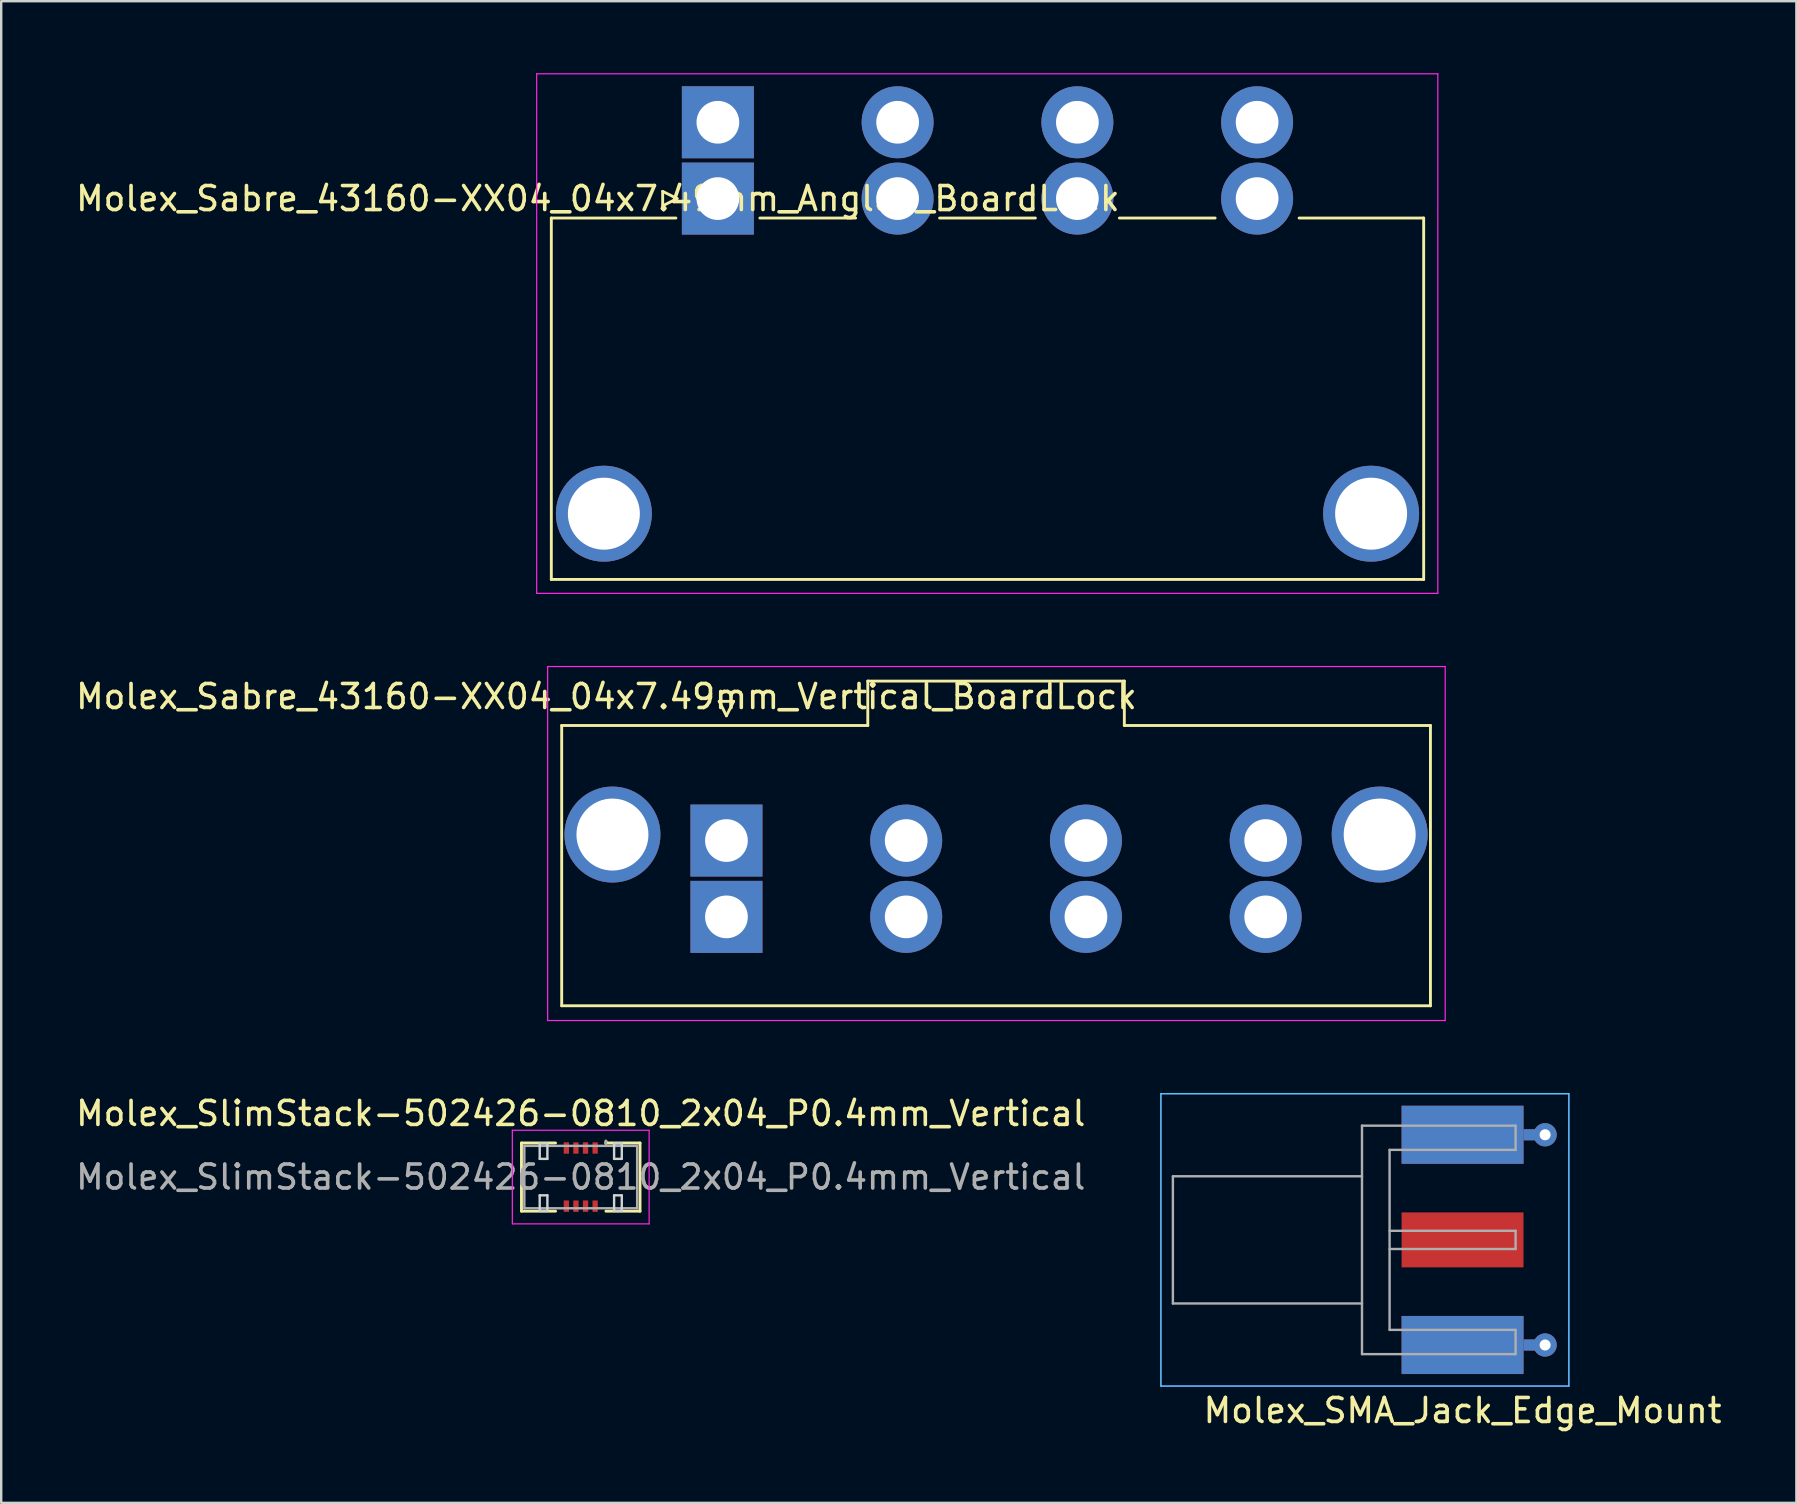
<source format=kicad_pcb>
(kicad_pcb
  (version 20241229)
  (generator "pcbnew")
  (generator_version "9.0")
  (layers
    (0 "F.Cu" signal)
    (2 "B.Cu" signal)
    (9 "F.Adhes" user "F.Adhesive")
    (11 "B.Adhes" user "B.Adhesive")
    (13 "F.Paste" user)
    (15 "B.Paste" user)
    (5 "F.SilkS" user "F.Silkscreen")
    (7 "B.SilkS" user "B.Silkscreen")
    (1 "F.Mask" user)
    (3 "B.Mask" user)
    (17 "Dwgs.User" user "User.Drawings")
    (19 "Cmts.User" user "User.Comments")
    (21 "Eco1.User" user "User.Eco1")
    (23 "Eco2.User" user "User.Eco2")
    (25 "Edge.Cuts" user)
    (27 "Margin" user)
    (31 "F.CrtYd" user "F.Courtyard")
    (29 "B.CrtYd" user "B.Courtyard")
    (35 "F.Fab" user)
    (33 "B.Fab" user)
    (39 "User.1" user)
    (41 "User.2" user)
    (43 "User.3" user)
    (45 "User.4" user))
  (footprint "Molex_SlimStack-502426-0810_2x04_P0.4mm_Vertical"
    (layer "F.Cu")
    (at 21.149 45.998)
    (property "Reference" "Molex_SlimStack-502426-0810_2x04_P0.4mm_Vertical" (at 0 -2.65 0) (layer "F.SilkS") (effects (font (size 1 1) (thickness 0.15))))
    (attr smd)
    (fp_line (start -2.47 -1.42) (end -1.05 -1.42) (stroke (width 0.12) (type solid)) (layer "F.SilkS"))
    (fp_line (start -2.47 1.42) (end -2.47 -1.42) (stroke (width 0.12) (type solid)) (layer "F.SilkS"))
    (fp_line (start -1.05 1.42) (end -2.47 1.42) (stroke (width 0.12) (type solid)) (layer "F.SilkS"))
    (fp_line (start 1.05 -1.42) (end 1.05 -1.5) (stroke (width 0.12) (type solid)) (layer "F.SilkS"))
    (fp_line (start 1.05 1.42) (end 2.47 1.42) (stroke (width 0.12) (type solid)) (layer "F.SilkS"))
    (fp_line (start 2.47 -1.42) (end 1.05 -1.42) (stroke (width 0.12) (type solid)) (layer "F.SilkS"))
    (fp_line (start 2.47 1.42) (end 2.47 -1.42) (stroke (width 0.12) (type solid)) (layer "F.SilkS"))
    (fp_line (start -1.71 -1.41) (end -1.71 -0.76) (stroke (width 0.1) (type solid)) (layer "Edge.Cuts"))
    (fp_line (start -1.71 -0.76) (end -1.39 -0.76) (stroke (width 0.1) (type solid)) (layer "Edge.Cuts"))
    (fp_line (start -1.71 0.76) (end -1.71 1.41) (stroke (width 0.1) (type solid)) (layer "Edge.Cuts"))
    (fp_line (start -1.71 1.41) (end -1.39 1.41) (stroke (width 0.1) (type solid)) (layer "Edge.Cuts"))
    (fp_line (start -1.39 -1.41) (end -1.71 -1.41) (stroke (width 0.1) (type solid)) (layer "Edge.Cuts"))
    (fp_line (start -1.39 -0.76) (end -1.39 -1.41) (stroke (width 0.1) (type solid)) (layer "Edge.Cuts"))
    (fp_line (start -1.39 0.76) (end -1.71 0.76) (stroke (width 0.1) (type solid)) (layer "Edge.Cuts"))
    (fp_line (start -1.39 1.41) (end -1.39 0.76) (stroke (width 0.1) (type solid)) (layer "Edge.Cuts"))
    (fp_line (start 1.39 -1.41) (end 1.39 -0.76) (stroke (width 0.1) (type solid)) (layer "Edge.Cuts"))
    (fp_line (start 1.39 -0.76) (end 1.71 -0.76) (stroke (width 0.1) (type solid)) (layer "Edge.Cuts"))
    (fp_line (start 1.39 0.76) (end 1.39 1.41) (stroke (width 0.1) (type solid)) (layer "Edge.Cuts"))
    (fp_line (start 1.39 1.41) (end 1.71 1.41) (stroke (width 0.1) (type solid)) (layer "Edge.Cuts"))
    (fp_line (start 1.71 -1.41) (end 1.39 -1.41) (stroke (width 0.1) (type solid)) (layer "Edge.Cuts"))
    (fp_line (start 1.71 -0.76) (end 1.71 -1.41) (stroke (width 0.1) (type solid)) (layer "Edge.Cuts"))
    (fp_line (start 1.71 0.76) (end 1.39 0.76) (stroke (width 0.1) (type solid)) (layer "Edge.Cuts"))
    (fp_line (start 1.71 1.41) (end 1.71 0.76) (stroke (width 0.1) (type solid)) (layer "Edge.Cuts"))
    (fp_line (start -2.85 -1.95) (end -2.85 1.95) (stroke (width 0.05) (type solid)) (layer "F.CrtYd"))
    (fp_line (start -2.85 1.95) (end 2.85 1.95) (stroke (width 0.05) (type solid)) (layer "F.CrtYd"))
    (fp_line (start 2.85 -1.95) (end -2.85 -1.95) (stroke (width 0.05) (type solid)) (layer "F.CrtYd"))
    (fp_line (start 2.85 1.95) (end 2.85 -1.95) (stroke (width 0.05) (type solid)) (layer "F.CrtYd"))
    (fp_line (start -2.35 -1.3) (end -2.35 1.3) (stroke (width 0.1) (type solid)) (layer "F.Fab"))
    (fp_line (start -2.35 1.3) (end 2.35 1.3) (stroke (width 0.1) (type solid)) (layer "F.Fab"))
    (fp_line (start 1.05 -1.3) (end 1.05 -1.5) (stroke (width 0.1) (type solid)) (layer "F.Fab"))
    (fp_line (start 2.35 -1.3) (end -2.35 -1.3) (stroke (width 0.1) (type solid)) (layer "F.Fab"))
    (fp_line (start 2.35 1.3) (end 2.35 -1.3) (stroke (width 0.1) (type solid)) (layer "F.Fab"))
    (fp_text user "${REFERENCE}" (at 0 0 0) (layer "F.Fab") (effects (font (size 1 1) (thickness 0.15))))
    (pad "1" smd rect (at 0.6 -1.212) (size 0.22 0.475) (layers "F.Cu" "F.Mask" "F.Paste"))
    (pad "2" smd rect (at 0.6 1.212) (size 0.22 0.475) (layers "F.Cu" "F.Mask" "F.Paste"))
    (pad "3" smd rect (at 0.2 -1.212) (size 0.22 0.475) (layers "F.Cu" "F.Mask" "F.Paste"))
    (pad "4" smd rect (at 0.2 1.212) (size 0.22 0.475) (layers "F.Cu" "F.Mask" "F.Paste"))
    (pad "5" smd rect (at -0.2 -1.212) (size 0.22 0.475) (layers "F.Cu" "F.Mask" "F.Paste"))
    (pad "6" smd rect (at -0.2 1.212) (size 0.22 0.475) (layers "F.Cu" "F.Mask" "F.Paste"))
    (pad "7" smd rect (at -0.6 -1.212) (size 0.22 0.475) (layers "F.Cu" "F.Mask" "F.Paste"))
    (pad "8" smd rect (at -0.6 1.212) (size 0.22 0.475) (layers "F.Cu" "F.Mask" "F.Paste")))
  (footprint "Molex_Sabre_43160-XX04_04x7.49mm_Angled_BoardLock"
    (layer "F.Cu")
    (at 26.863 5.225)
    (property "Reference" "Molex_Sabre_43160-XX04_04x7.49mm_Angled_BoardLock" (at -5 0 0) (layer "F.SilkS") (effects (font (size 1 1) (thickness 0.15))))
    (attr through_hole)
    (fp_line (start -6.94 0.81) (end -6.94 15.87) (stroke (width 0.12) (type solid)) (layer "F.SilkS"))
    (fp_line (start -6.94 0.81) (end -1.75 0.81) (stroke (width 0.12) (type solid)) (layer "F.SilkS"))
    (fp_line (start -6.94 15.87) (end 29.41 15.87) (stroke (width 0.12) (type solid)) (layer "F.SilkS"))
    (fp_line (start -2.3 -0.3) (end -1.7 0) (stroke (width 0.12) (type solid)) (layer "F.SilkS"))
    (fp_line (start -2.3 0.3) (end -2.3 -0.3) (stroke (width 0.12) (type solid)) (layer "F.SilkS"))
    (fp_line (start -1.7 0) (end -2.3 0.3) (stroke (width 0.12) (type solid)) (layer "F.SilkS"))
    (fp_line (start 1.75 0.81) (end 5.74 0.81) (stroke (width 0.12) (type solid)) (layer "F.SilkS"))
    (fp_line (start 9.24 0.81) (end 13.23 0.81) (stroke (width 0.12) (type solid)) (layer "F.SilkS"))
    (fp_line (start 16.73 0.81) (end 20.72 0.81) (stroke (width 0.12) (type solid)) (layer "F.SilkS"))
    (fp_line (start 24.22 0.81) (end 29.41 0.81) (stroke (width 0.12) (type solid)) (layer "F.SilkS"))
    (fp_line (start 29.41 15.87) (end 29.41 0.81) (stroke (width 0.12) (type solid)) (layer "F.SilkS"))
    (fp_line (start -7.55 -5.2) (end -7.55 16.45) (stroke (width 0.05) (type solid)) (layer "F.CrtYd"))
    (fp_line (start -7.55 16.45) (end 30 16.45) (stroke (width 0.05) (type solid)) (layer "F.CrtYd"))
    (fp_line (start 30 -5.2) (end -7.55 -5.2) (stroke (width 0.05) (type solid)) (layer "F.CrtYd"))
    (fp_line (start 30 16.45) (end 30 -5.2) (stroke (width 0.05) (type solid)) (layer "F.CrtYd"))
    (pad "" thru_hole circle (at -4.75 13.13) (size 4 4) (drill 3) (layers "*.Cu" "*.Mask"))
    (pad "" thru_hole circle (at 27.22 13.13) (size 4 4) (drill 3) (layers "*.Cu" "*.Mask"))
    (pad "1" thru_hole rect (at 0 -3.18) (size 3 3) (drill 1.78) (layers "*.Cu" "*.Mask"))
    (pad "1" thru_hole rect (at 0 0) (size 3 3) (drill 1.78) (layers "*.Cu" "*.Mask"))
    (pad "2" thru_hole circle (at 7.49 -3.18) (size 3 3) (drill 1.78) (layers "*.Cu" "*.Mask"))
    (pad "2" thru_hole circle (at 7.49 0) (size 3 3) (drill 1.78) (layers "*.Cu" "*.Mask"))
    (pad "3" thru_hole circle (at 14.98 -3.18) (size 3 3) (drill 1.78) (layers "*.Cu" "*.Mask"))
    (pad "3" thru_hole circle (at 14.98 0) (size 3 3) (drill 1.78) (layers "*.Cu" "*.Mask"))
    (pad "4" thru_hole circle (at 22.47 -3.18) (size 3 3) (drill 1.78) (layers "*.Cu" "*.Mask"))
    (pad "4" thru_hole circle (at 22.47 0) (size 3 3) (drill 1.78) (layers "*.Cu" "*.Mask")))
  (footprint "Molex_SMA_Jack_Edge_Mount"
    (layer "F.Cu")
    (at 59.613 48.615)
    (property "Reference" "Molex_SMA_Jack_Edge_Mount" (at -1.72 7.11 0) (layer "F.SilkS") (effects (font (size 1 1) (thickness 0.15))))
    (attr smd)
    (fp_line (start -14.29 -6.09) (end -14.29 6.09) (stroke (width 0.05) (type solid)) (layer "B.CrtYd"))
    (fp_line (start -14.29 -6.09) (end 2.71 -6.09) (stroke (width 0.05) (type solid)) (layer "B.CrtYd"))
    (fp_line (start -14.29 6.09) (end 2.71 6.09) (stroke (width 0.05) (type solid)) (layer "B.CrtYd"))
    (fp_line (start 2.71 -6.09) (end 2.71 6.09) (stroke (width 0.05) (type solid)) (layer "B.CrtYd"))
    (fp_line (start -14.29 -6.09) (end -14.29 6.09) (stroke (width 0.05) (type solid)) (layer "F.CrtYd"))
    (fp_line (start -14.29 6.09) (end 2.71 6.09) (stroke (width 0.05) (type solid)) (layer "F.CrtYd"))
    (fp_line (start 2.71 -6.09) (end -14.29 -6.09) (stroke (width 0.05) (type solid)) (layer "F.CrtYd"))
    (fp_line (start 2.71 -6.09) (end 2.71 6.09) (stroke (width 0.05) (type solid)) (layer "F.CrtYd"))
    (fp_line (start -13.79 -2.65) (end -13.79 2.65) (stroke (width 0.1) (type solid)) (layer "F.Fab"))
    (fp_line (start -13.79 -2.65) (end -5.91 -2.65) (stroke (width 0.1) (type solid)) (layer "F.Fab"))
    (fp_line (start -13.79 2.65) (end -5.91 2.65) (stroke (width 0.1) (type solid)) (layer "F.Fab"))
    (fp_line (start -5.91 -4.76) (end -5.91 4.76) (stroke (width 0.1) (type solid)) (layer "F.Fab"))
    (fp_line (start -5.91 4.76) (end 0.49 4.76) (stroke (width 0.1) (type solid)) (layer "F.Fab"))
    (fp_line (start -4.76 -3.75) (end -4.76 3.75) (stroke (width 0.1) (type solid)) (layer "F.Fab"))
    (fp_line (start -4.76 -3.75) (end 0.49 -3.75) (stroke (width 0.1) (type solid)) (layer "F.Fab"))
    (fp_line (start -4.76 -0.38) (end 0.49 -0.38) (stroke (width 0.1) (type solid)) (layer "F.Fab"))
    (fp_line (start -4.76 0.38) (end 0.49 0.38) (stroke (width 0.1) (type solid)) (layer "F.Fab"))
    (fp_line (start -4.76 3.75) (end 0.49 3.75) (stroke (width 0.1) (type solid)) (layer "F.Fab"))
    (fp_line (start 0.49 -4.76) (end -5.91 -4.76) (stroke (width 0.1) (type solid)) (layer "F.Fab"))
    (fp_line (start 0.49 -4.76) (end 0.49 -3.75) (stroke (width 0.1) (type solid)) (layer "F.Fab"))
    (fp_line (start 0.49 -0.38) (end 0.49 0.38) (stroke (width 0.1) (type solid)) (layer "F.Fab"))
    (fp_line (start 0.49 3.75) (end 0.49 4.76) (stroke (width 0.1) (type solid)) (layer "F.Fab"))
    (pad "1" smd rect (at -1.72 0) (size 5.08 2.29) (layers "F.Cu" "F.Mask" "F.Paste"))
    (pad "2" smd rect (at -1.72 -4.38) (size 5.08 2.42) (layers "F.Cu" "F.Mask" "F.Paste"))
    (pad "2" smd rect (at -1.72 -4.38) (size 5.08 2.42) (layers "B.Cu" "B.Mask" "B.Paste"))
    (pad "2" smd rect (at -1.72 4.38) (size 5.08 2.42) (layers "F.Cu" "F.Mask" "F.Paste"))
    (pad "2" smd rect (at -1.72 4.38) (size 5.08 2.42) (layers "B.Cu" "B.Mask" "B.Paste"))
    (pad "2" smd rect (at 1.27 -4.38) (size 0.89 0.46) (layers "F.Cu"))
    (pad "2" smd rect (at 1.27 -4.38) (size 0.89 0.46) (layers "B.Cu"))
    (pad "2" smd rect (at 1.27 4.38) (size 0.89 0.46) (layers "F.Cu"))
    (pad "2" smd rect (at 1.27 4.38) (size 0.89 0.46) (layers "B.Cu"))
    (pad "2" thru_hole circle (at 1.72 -4.38) (size 0.97 0.97) (drill 0.46) (layers "*.Cu"))
    (pad "2" thru_hole circle (at 1.72 4.38) (size 0.97 0.97) (drill 0.46) (layers "*.Cu")))
  (footprint "Molex_Sabre_43160-XX04_04x7.49mm_Vertical_BoardLock"
    (layer "F.Cu")
    (at 27.22 31.975)
    (property "Reference" "Molex_Sabre_43160-XX04_04x7.49mm_Vertical_BoardLock" (at -5 -6 0) (layer "F.SilkS") (effects (font (size 1 1) (thickness 0.15))))
    (attr through_hole)
    (fp_line (start -6.865 -4.795) (end 5.89 -4.795) (stroke (width 0.12) (type solid)) (layer "F.SilkS"))
    (fp_line (start -6.865 6.885) (end -6.865 -4.795) (stroke (width 0.12) (type solid)) (layer "F.SilkS"))
    (fp_line (start -0.3 -5.8) (end 0 -5.2) (stroke (width 0.12) (type solid)) (layer "F.SilkS"))
    (fp_line (start 0 -5.2) (end 0.3 -5.8) (stroke (width 0.12) (type solid)) (layer "F.SilkS"))
    (fp_line (start 0.3 -5.8) (end -0.3 -5.8) (stroke (width 0.12) (type solid)) (layer "F.SilkS"))
    (fp_line (start 5.89 -6.645) (end 16.58 -6.645) (stroke (width 0.12) (type solid)) (layer "F.SilkS"))
    (fp_line (start 5.89 -4.795) (end 5.89 -6.645) (stroke (width 0.12) (type solid)) (layer "F.SilkS"))
    (fp_line (start 16.58 -6.645) (end 16.58 -4.795) (stroke (width 0.12) (type solid)) (layer "F.SilkS"))
    (fp_line (start 16.58 -4.795) (end 29.335 -4.795) (stroke (width 0.12) (type solid)) (layer "F.SilkS"))
    (fp_line (start 29.335 -4.795) (end 29.335 6.885) (stroke (width 0.12) (type solid)) (layer "F.SilkS"))
    (fp_line (start 29.335 6.885) (end -6.865 6.885) (stroke (width 0.12) (type solid)) (layer "F.SilkS"))
    (fp_line (start -7.45 -7.25) (end -7.45 7.5) (stroke (width 0.05) (type solid)) (layer "F.CrtYd"))
    (fp_line (start -7.45 7.5) (end 29.95 7.5) (stroke (width 0.05) (type solid)) (layer "F.CrtYd"))
    (fp_line (start 29.95 -7.25) (end -7.45 -7.25) (stroke (width 0.05) (type solid)) (layer "F.CrtYd"))
    (fp_line (start 29.95 7.5) (end 29.95 -7.25) (stroke (width 0.05) (type solid)) (layer "F.CrtYd"))
    (pad "" thru_hole circle (at -4.75 -0.25) (size 4 4) (drill 3) (layers "*.Cu" "*.Mask"))
    (pad "" thru_hole circle (at 27.22 -0.25) (size 4 4) (drill 3) (layers "*.Cu" "*.Mask"))
    (pad "1" thru_hole rect (at 0 0) (size 3 3) (drill 1.78) (layers "*.Cu" "*.Mask"))
    (pad "1" thru_hole rect (at 0 3.18) (size 3 3) (drill 1.78) (layers "*.Cu" "*.Mask"))
    (pad "2" thru_hole circle (at 7.49 0) (size 3 3) (drill 1.78) (layers "*.Cu" "*.Mask"))
    (pad "2" thru_hole circle (at 7.49 3.18) (size 3 3) (drill 1.78) (layers "*.Cu" "*.Mask"))
    (pad "3" thru_hole circle (at 14.98 0) (size 3 3) (drill 1.78) (layers "*.Cu" "*.Mask"))
    (pad "3" thru_hole circle (at 14.98 3.18) (size 3 3) (drill 1.78) (layers "*.Cu" "*.Mask"))
    (pad "4" thru_hole circle (at 22.47 0) (size 3 3) (drill 1.78) (layers "*.Cu" "*.Mask"))
    (pad "4" thru_hole circle (at 22.47 3.18) (size 3 3) (drill 1.78) (layers "*.Cu" "*.Mask")))
  (gr_rect
    (start -3 -3)
    (end 71.803 59.573)
    (stroke (width 0.1) (type default))
    (fill no)
    (layer "Edge.Cuts")))
</source>
